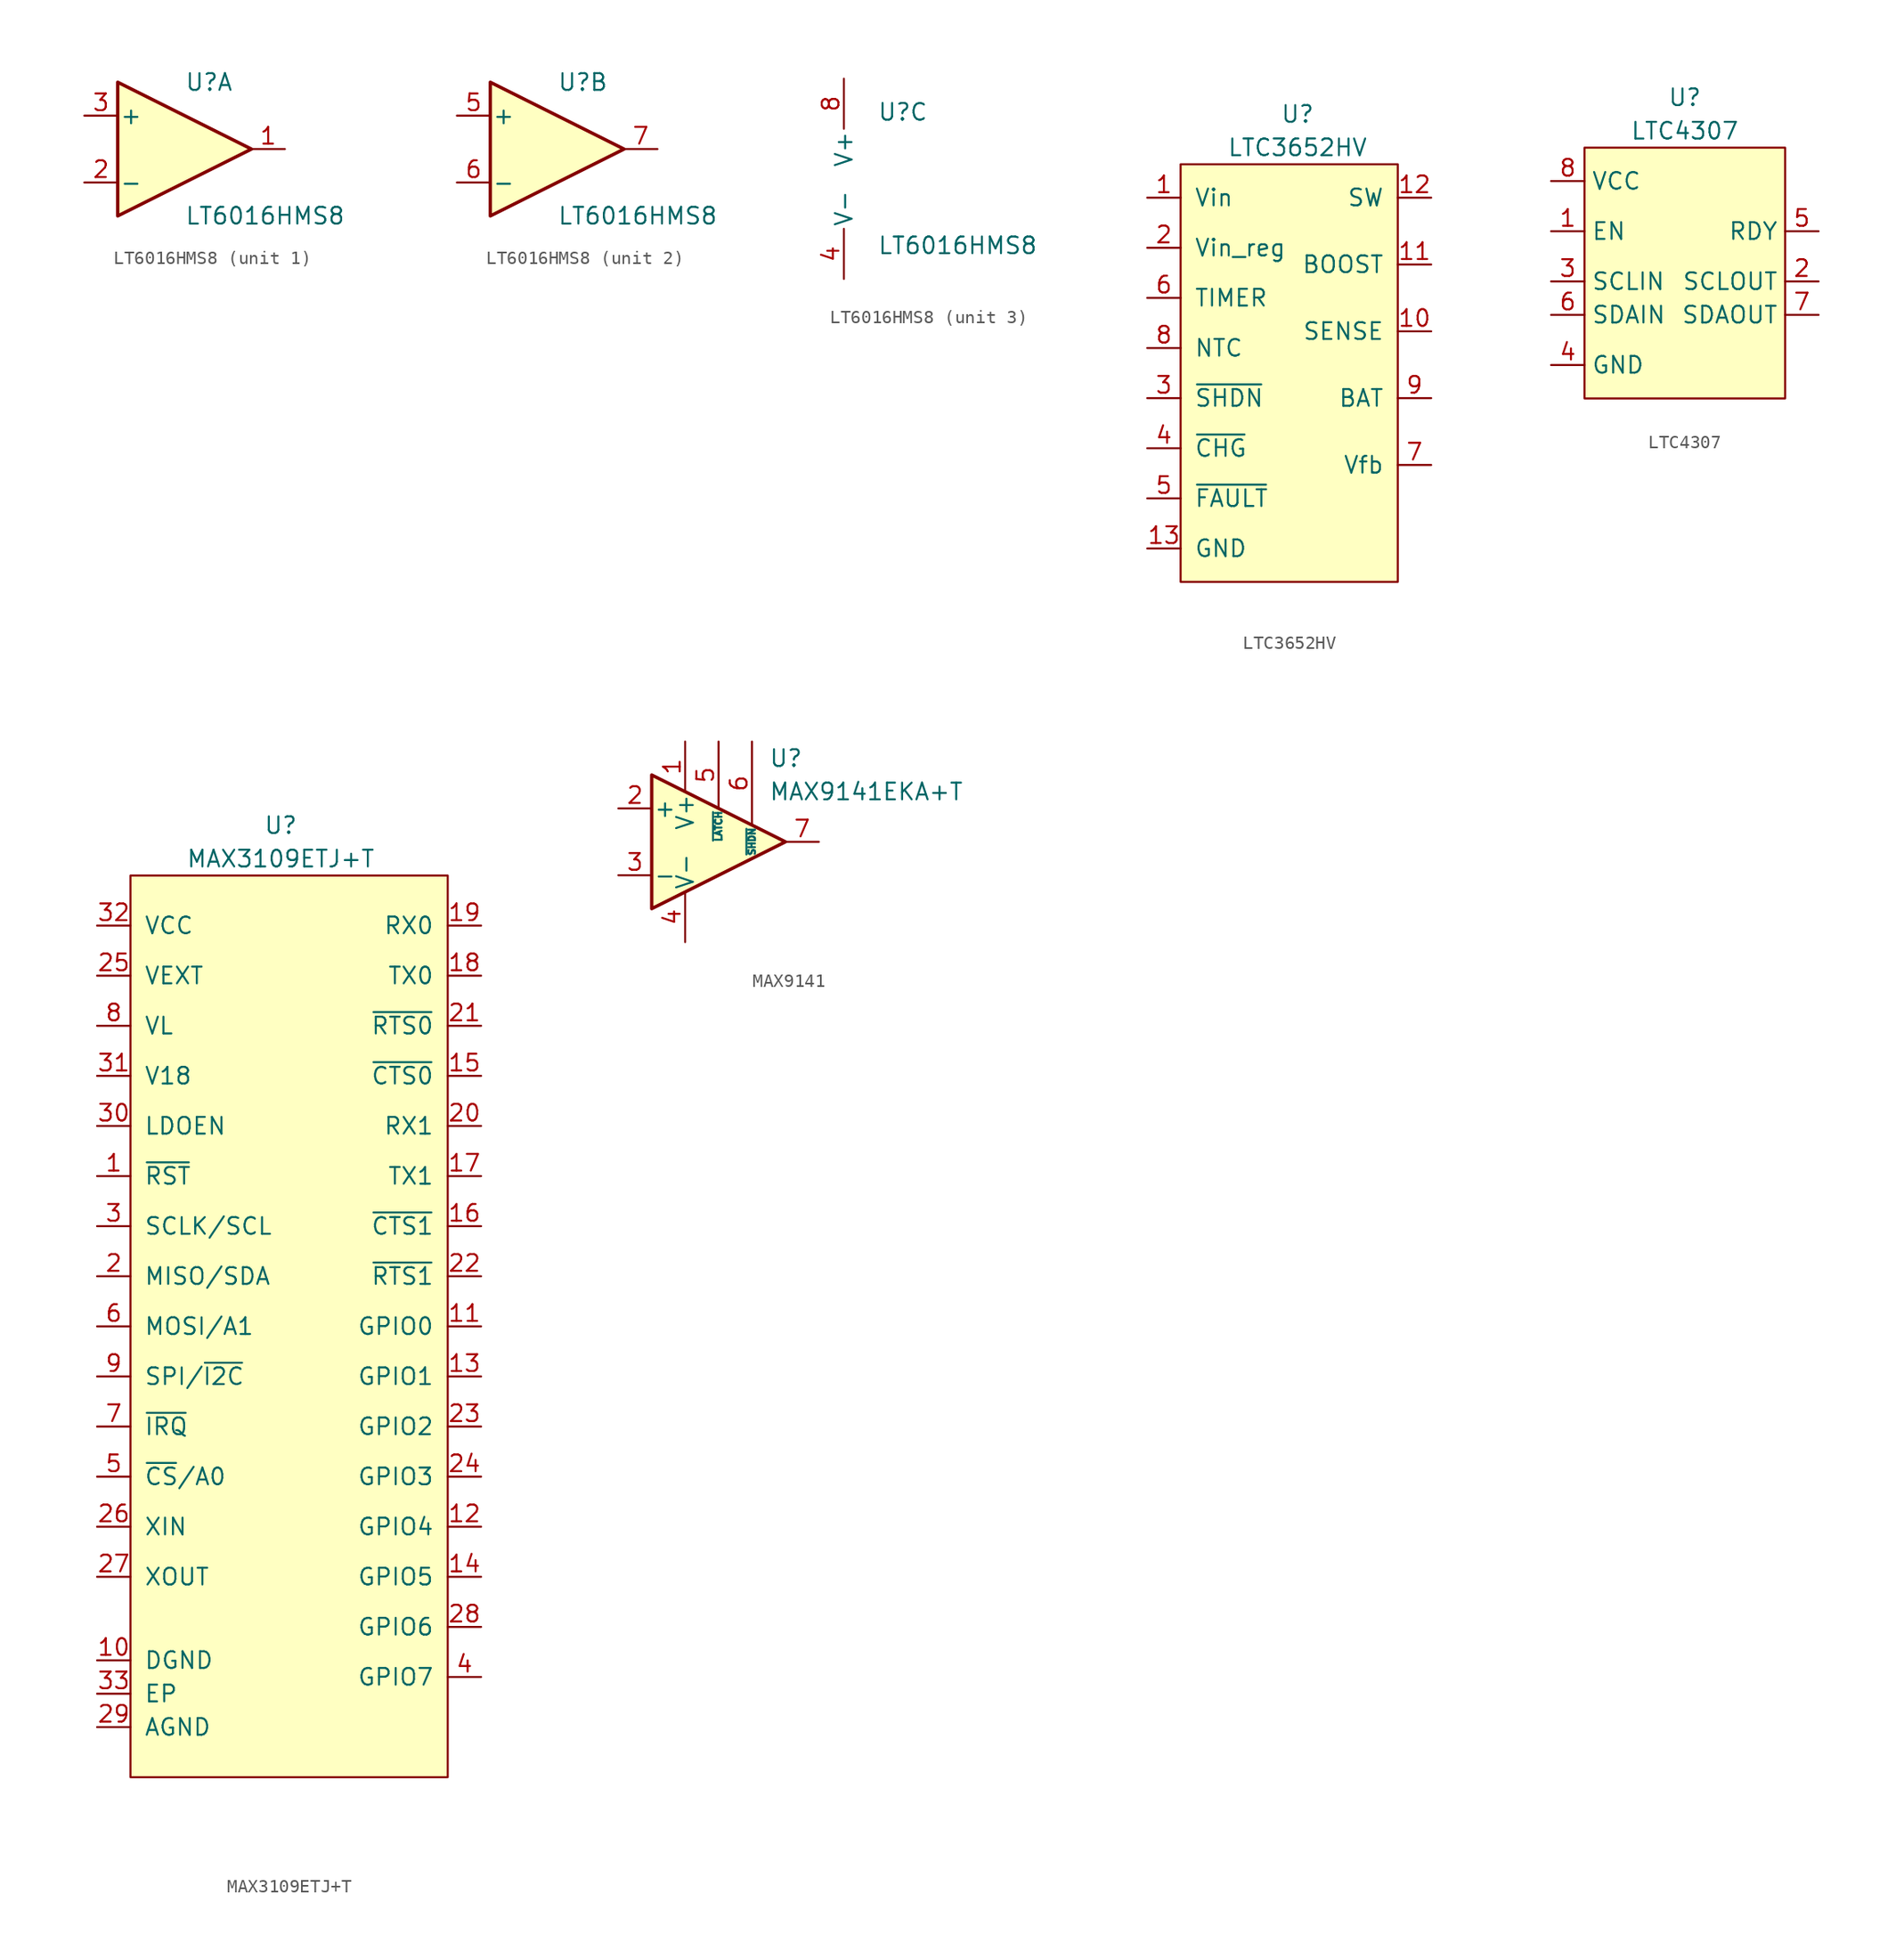
<source format=kicad_sym>
(kicad_symbol_lib
  (version 20220914)
  (generator kicad_symbol_editor)
  (symbol "LT6016HMS8"
    (pin_names
      (offset 0.127))
    (property "Reference" "U"
      (at 0 5.08 0)
      (effects (font (size 1.27 1.27)) (justify left)))
    (property "Value" "LT6016HMS8"
      (at 0 -5.08 0)
      (effects (font (size 1.27 1.27)) (justify left)))
    (property "ki_locked" ""
      (at 0 0 0)
      (effects (font (size 1.27 1.27))))
    (symbol "LT6016HMS8_1_1"
      (polyline (pts (xy -5.08 5.08) (xy 5.08 0) (xy -5.08 -5.08) (xy -5.08 5.08)) (stroke (width 0.254) (type default)) (fill (type background)))
      (pin output line (at 7.62 0 180) (length 2.54) (name "~" (effects (font (size 1.27 1.27)))) (number "1" (effects (font (size 1.27 1.27)))))
      (pin input line (at -7.62 -2.54 0) (length 2.54) (name "-" (effects (font (size 1.27 1.27)))) (number "2" (effects (font (size 1.27 1.27)))))
      (pin input line (at -7.62 2.54 0) (length 2.54) (name "+" (effects (font (size 1.27 1.27)))) (number "3" (effects (font (size 1.27 1.27))))))
    (symbol "LT6016HMS8_2_1"
      (polyline (pts (xy -5.08 5.08) (xy 5.08 0) (xy -5.08 -5.08) (xy -5.08 5.08)) (stroke (width 0.254) (type default)) (fill (type background)))
      (pin input line (at -7.62 2.54 0) (length 2.54) (name "+" (effects (font (size 1.27 1.27)))) (number "5" (effects (font (size 1.27 1.27)))))
      (pin input line (at -7.62 -2.54 0) (length 2.54) (name "-" (effects (font (size 1.27 1.27)))) (number "6" (effects (font (size 1.27 1.27)))))
      (pin output line (at 7.62 0 180) (length 2.54) (name "~" (effects (font (size 1.27 1.27)))) (number "7" (effects (font (size 1.27 1.27))))))
    (symbol "LT6016HMS8_3_1"
      (pin power_in line (at -2.54 -7.62 90) (length 3.81) (name "V-" (effects (font (size 1.27 1.27)))) (number "4" (effects (font (size 1.27 1.27)))))
      (pin power_in line (at -2.54 7.62 270) (length 3.81) (name "V+" (effects (font (size 1.27 1.27)))) (number "8" (effects (font (size 1.27 1.27)))))))
  (symbol "LTC3652HV"
    (pin_names
      (offset 1.016))
    (property "Reference" "U"
      (at 0 3.81 0)
      (effects (font (size 1.27 1.27))))
    (property "Value" "LTC3652HV"
      (at 0 1.27 0)
      (effects (font (size 1.27 1.27))))
    (symbol "LTC3652HV_0_1"
      (rectangle (start -8.89 0) (end 7.62 -31.75) (stroke (width 0) (type default)) (fill (type background))))
    (symbol "LTC3652HV_1_1"
      (pin input line (at -11.43 -2.54 0) (length 2.54) (name "Vin" (effects (font (size 1.27 1.27)))) (number "1" (effects (font (size 1.27 1.27)))))
      (pin input line (at 10.16 -12.7 180) (length 2.54) (name "SENSE" (effects (font (size 1.27 1.27)))) (number "10" (effects (font (size 1.27 1.27)))))
      (pin input line (at 10.16 -7.62 180) (length 2.54) (name "BOOST" (effects (font (size 1.27 1.27)))) (number "11" (effects (font (size 1.27 1.27)))))
      (pin input line (at 10.16 -2.54 180) (length 2.54) (name "SW" (effects (font (size 1.27 1.27)))) (number "12" (effects (font (size 1.27 1.27)))))
      (pin input line (at -11.43 -29.21 0) (length 2.54) (name "GND" (effects (font (size 1.27 1.27)))) (number "13" (effects (font (size 1.27 1.27)))))
      (pin input line (at -11.43 -6.35 0) (length 2.54) (name "Vin_reg" (effects (font (size 1.27 1.27)))) (number "2" (effects (font (size 1.27 1.27)))))
      (pin input line (at -11.43 -17.78 0) (length 2.54) (name "~{SHDN}" (effects (font (size 1.27 1.27)))) (number "3" (effects (font (size 1.27 1.27)))))
      (pin input line (at -11.43 -21.59 0) (length 2.54) (name "~{CHG}" (effects (font (size 1.27 1.27)))) (number "4" (effects (font (size 1.27 1.27)))))
      (pin input line (at -11.43 -25.4 0) (length 2.54) (name "~{FAULT}" (effects (font (size 1.27 1.27)))) (number "5" (effects (font (size 1.27 1.27)))))
      (pin input line (at -11.43 -10.16 0) (length 2.54) (name "TIMER" (effects (font (size 1.27 1.27)))) (number "6" (effects (font (size 1.27 1.27)))))
      (pin input line (at 10.16 -22.86 180) (length 2.54) (name "Vfb" (effects (font (size 1.27 1.27)))) (number "7" (effects (font (size 1.27 1.27)))))
      (pin input line (at -11.43 -13.97 0) (length 2.54) (name "NTC" (effects (font (size 1.27 1.27)))) (number "8" (effects (font (size 1.27 1.27)))))
      (pin input line (at 10.16 -17.78 180) (length 2.54) (name "BAT" (effects (font (size 1.27 1.27)))) (number "9" (effects (font (size 1.27 1.27)))))))
  (symbol "LTC4307"
    (property "Reference" "U"
      (at 0 3.81 0)
      (effects (font (size 1.27 1.27))))
    (property "Value" "LTC4307"
      (at 0 1.27 0)
      (effects (font (size 1.27 1.27))))
    (symbol "LTC4307_0_0"
      (pin unspecified line (at -10.16 -6.35 0) (length 2.54) (name "EN" (effects (font (size 1.27 1.27)))) (number "1" (effects (font (size 1.27 1.27)))))
      (pin unspecified line (at 10.16 -10.16 180) (length 2.54) (name "SCLOUT" (effects (font (size 1.27 1.27)))) (number "2" (effects (font (size 1.27 1.27)))))
      (pin unspecified line (at -10.16 -10.16 0) (length 2.54) (name "SCLIN" (effects (font (size 1.27 1.27)))) (number "3" (effects (font (size 1.27 1.27)))))
      (pin unspecified line (at -10.16 -16.51 0) (length 2.54) (name "GND" (effects (font (size 1.27 1.27)))) (number "4" (effects (font (size 1.27 1.27)))))
      (pin unspecified line (at 10.16 -6.35 180) (length 2.54) (name "RDY" (effects (font (size 1.27 1.27)))) (number "5" (effects (font (size 1.27 1.27)))))
      (pin unspecified line (at -10.16 -12.7 0) (length 2.54) (name "SDAIN" (effects (font (size 1.27 1.27)))) (number "6" (effects (font (size 1.27 1.27)))))
      (pin unspecified line (at 10.16 -12.7 180) (length 2.54) (name "SDAOUT" (effects (font (size 1.27 1.27)))) (number "7" (effects (font (size 1.27 1.27)))))
      (pin unspecified line (at -10.16 -2.54 0) (length 2.54) (name "VCC" (effects (font (size 1.27 1.27)))) (number "8" (effects (font (size 1.27 1.27))))))
    (symbol "LTC4307_0_1"
      (rectangle (start -7.62 0) (end 7.62 -19.05) (stroke (width 0) (type default)) (fill (type background)))))
  (symbol "MAX3109ETJ+T"
    (pin_names
      (offset 1.016))
    (property "Reference" "U"
      (at 0 3.81 0)
      (effects (font (size 1.27 1.27))))
    (property "Value" "MAX3109ETJ+T"
      (at 0 1.27 0)
      (effects (font (size 1.27 1.27))))
    (symbol "MAX3109ETJ+T_0_0"
      (pin unspecified line (at -13.97 -7.62 0) (length 2.54) (name "VEXT" (effects (font (size 1.27 1.27)))) (number "25" (effects (font (size 1.27 1.27)))))
      (pin unspecified line (at -13.97 -49.53 0) (length 2.54) (name "XIN" (effects (font (size 1.27 1.27)))) (number "26" (effects (font (size 1.27 1.27)))))
      (pin unspecified line (at -13.97 -53.34 0) (length 2.54) (name "XOUT" (effects (font (size 1.27 1.27)))) (number "27" (effects (font (size 1.27 1.27)))))
      (pin unspecified line (at 15.24 -57.15 180) (length 2.54) (name "GPIO6" (effects (font (size 1.27 1.27)))) (number "28" (effects (font (size 1.27 1.27)))))
      (pin unspecified line (at -13.97 -64.77 0) (length 2.54) (name "AGND" (effects (font (size 1.27 1.27)))) (number "29" (effects (font (size 1.27 1.27)))))
      (pin unspecified line (at -13.97 -19.05 0) (length 2.54) (name "LDOEN" (effects (font (size 1.27 1.27)))) (number "30" (effects (font (size 1.27 1.27)))))
      (pin unspecified line (at -13.97 -15.24 0) (length 2.54) (name "V18" (effects (font (size 1.27 1.27)))) (number "31" (effects (font (size 1.27 1.27)))))
      (pin unspecified line (at -13.97 -3.81 0) (length 2.54) (name "VCC" (effects (font (size 1.27 1.27)))) (number "32" (effects (font (size 1.27 1.27)))))
      (pin unspecified line (at -13.97 -62.23 0) (length 2.54) (name "EP" (effects (font (size 1.27 1.27)))) (number "33" (effects (font (size 1.27 1.27))))))
    (symbol "MAX3109ETJ+T_0_1"
      (rectangle (start -11.43 0) (end 12.7 -68.58) (stroke (width 0) (type default)) (fill (type background))))
    (symbol "MAX3109ETJ+T_1_1"
      (pin input line (at -13.97 -22.86 0) (length 2.54) (name "~{RST}" (effects (font (size 1.27 1.27)))) (number "1" (effects (font (size 1.27 1.27)))))
      (pin input line (at -13.97 -59.69 0) (length 2.54) (name "DGND" (effects (font (size 1.27 1.27)))) (number "10" (effects (font (size 1.27 1.27)))))
      (pin input line (at 15.24 -34.29 180) (length 2.54) (name "GPIO0" (effects (font (size 1.27 1.27)))) (number "11" (effects (font (size 1.27 1.27)))))
      (pin input line (at 15.24 -49.53 180) (length 2.54) (name "GPIO4" (effects (font (size 1.27 1.27)))) (number "12" (effects (font (size 1.27 1.27)))))
      (pin input line (at 15.24 -38.1 180) (length 2.54) (name "GPIO1" (effects (font (size 1.27 1.27)))) (number "13" (effects (font (size 1.27 1.27)))))
      (pin input line (at 15.24 -53.34 180) (length 2.54) (name "GPIO5" (effects (font (size 1.27 1.27)))) (number "14" (effects (font (size 1.27 1.27)))))
      (pin input line (at 15.24 -15.24 180) (length 2.54) (name "~{CTS0}" (effects (font (size 1.27 1.27)))) (number "15" (effects (font (size 1.27 1.27)))))
      (pin input line (at 15.24 -26.67 180) (length 2.54) (name "~{CTS1}" (effects (font (size 1.27 1.27)))) (number "16" (effects (font (size 1.27 1.27)))))
      (pin input line (at 15.24 -22.86 180) (length 2.54) (name "TX1" (effects (font (size 1.27 1.27)))) (number "17" (effects (font (size 1.27 1.27)))))
      (pin input line (at 15.24 -7.62 180) (length 2.54) (name "TX0" (effects (font (size 1.27 1.27)))) (number "18" (effects (font (size 1.27 1.27)))))
      (pin input line (at 15.24 -3.81 180) (length 2.54) (name "RX0" (effects (font (size 1.27 1.27)))) (number "19" (effects (font (size 1.27 1.27)))))
      (pin input line (at -13.97 -30.48 0) (length 2.54) (name "MISO/SDA" (effects (font (size 1.27 1.27)))) (number "2" (effects (font (size 1.27 1.27)))))
      (pin input line (at 15.24 -19.05 180) (length 2.54) (name "RX1" (effects (font (size 1.27 1.27)))) (number "20" (effects (font (size 1.27 1.27)))))
      (pin input line (at 15.24 -11.43 180) (length 2.54) (name "~{RTS0}" (effects (font (size 1.27 1.27)))) (number "21" (effects (font (size 1.27 1.27)))))
      (pin input line (at 15.24 -30.48 180) (length 2.54) (name "~{RTS1}" (effects (font (size 1.27 1.27)))) (number "22" (effects (font (size 1.27 1.27)))))
      (pin input line (at 15.24 -41.91 180) (length 2.54) (name "GPIO2" (effects (font (size 1.27 1.27)))) (number "23" (effects (font (size 1.27 1.27)))))
      (pin input line (at 15.24 -45.72 180) (length 2.54) (name "GPIO3" (effects (font (size 1.27 1.27)))) (number "24" (effects (font (size 1.27 1.27)))))
      (pin input line (at -13.97 -26.67 0) (length 2.54) (name "SCLK/SCL" (effects (font (size 1.27 1.27)))) (number "3" (effects (font (size 1.27 1.27)))))
      (pin input line (at 15.24 -60.96 180) (length 2.54) (name "GPIO7" (effects (font (size 1.27 1.27)))) (number "4" (effects (font (size 1.27 1.27)))))
      (pin input line (at -13.97 -45.72 0) (length 2.54) (name "~{CS}/A0" (effects (font (size 1.27 1.27)))) (number "5" (effects (font (size 1.27 1.27)))))
      (pin input line (at -13.97 -34.29 0) (length 2.54) (name "MOSI/A1" (effects (font (size 1.27 1.27)))) (number "6" (effects (font (size 1.27 1.27)))))
      (pin input line (at -13.97 -41.91 0) (length 2.54) (name "~{IRQ}" (effects (font (size 1.27 1.27)))) (number "7" (effects (font (size 1.27 1.27)))))
      (pin input line (at -13.97 -11.43 0) (length 2.54) (name "VL" (effects (font (size 1.27 1.27)))) (number "8" (effects (font (size 1.27 1.27)))))
      (pin input line (at -13.97 -38.1 0) (length 2.54) (name "SPI/~{I2C}" (effects (font (size 1.27 1.27)))) (number "9" (effects (font (size 1.27 1.27)))))))
  (symbol "MAX9141"
    (pin_names
      (offset 0.127))
    (property "Reference" "U"
      (at 3.81 6.35 0)
      (effects (font (size 1.27 1.27)) (justify left)))
    (property "Value" "MAX9141EKA+T"
      (at 3.81 3.81 0)
      (effects (font (size 1.27 1.27)) (justify left)))
    (symbol "MAX9141_0_1"
      (polyline (pts (xy -5.08 5.08) (xy -5.08 -5.08) (xy 5.08 0) (xy -5.08 5.08)) (stroke (width 0.254) (type default)) (fill (type background))))
    (symbol "MAX9141_1_1"
      (pin power_in line (at -2.54 7.62 270) (length 3.81) (name "V+" (effects (font (size 1.27 1.27)))) (number "1" (effects (font (size 1.27 1.27)))))
      (pin input line (at -7.62 2.54 0) (length 2.54) (name "+" (effects (font (size 1.27 1.27)))) (number "2" (effects (font (size 1.27 1.27)))))
      (pin input line (at -7.62 -2.54 0) (length 2.54) (name "-" (effects (font (size 1.27 1.27)))) (number "3" (effects (font (size 1.27 1.27)))))
      (pin power_in line (at -2.54 -7.62 90) (length 3.81) (name "V-" (effects (font (size 1.27 1.27)))) (number "4" (effects (font (size 1.27 1.27)))))
      (pin input line (at 0 7.62 270) (length 5.08) (name "~{LATCH}" (effects (font (size 0.508 0.508)))) (number "5" (effects (font (size 1.27 1.27)))))
      (pin input line (at 2.54 7.62 270) (length 6.35) (name "~{SHDN}" (effects (font (size 0.508 0.508)))) (number "6" (effects (font (size 1.27 1.27)))))
      (pin output line (at 7.62 0 180) (length 2.54) (name "~" (effects (font (size 1.27 1.27)))) (number "7" (effects (font (size 1.27 1.27)))))
      (pin no_connect line (at 0 -2.54 90) (length 2.54) hide (name "NC" (effects (font (size 0.508 0.508)))) (number "8" (effects (font (size 1.27 1.27))))))))
</source>
